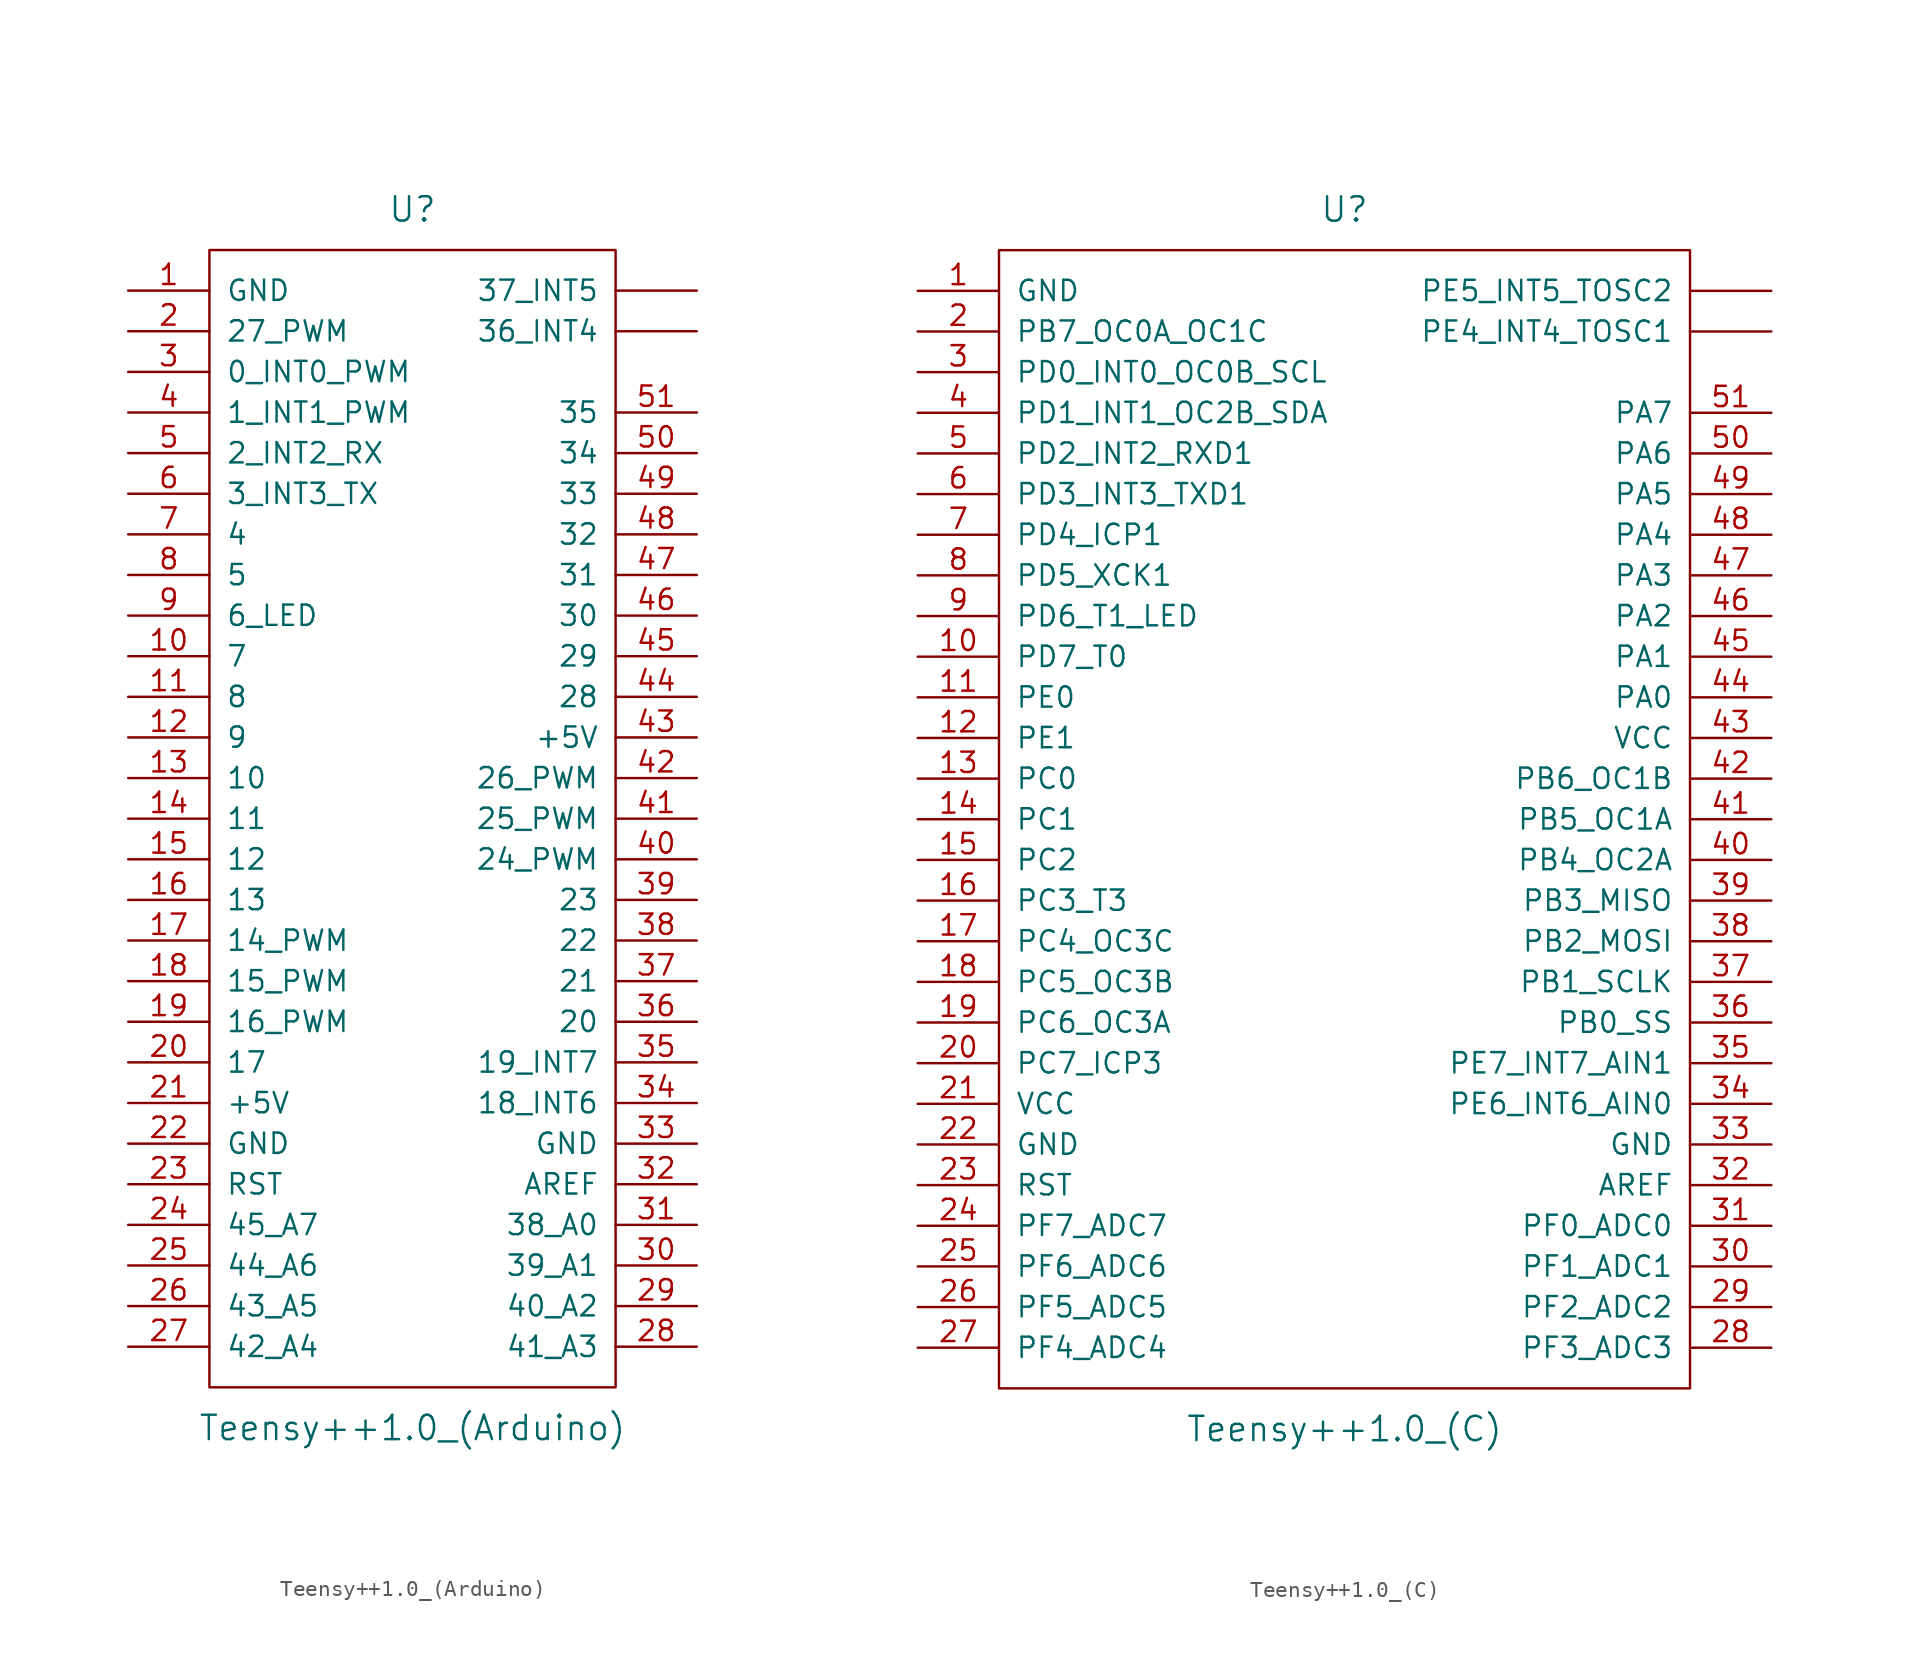
<source format=kicad_sym>
(kicad_symbol_lib
  (version 20201005)
  (generator kicad_symbol_editor)
  (symbol "teensy:Teensy++1.0_(Arduino)"
    (pin_names
      (offset 1.016))
    (property "Reference" "U"
      (at 0 38.1 0)
      (effects (font (size 1.524 1.524))))
    (property "Value" "Teensy++1.0_(Arduino)"
      (at 0 -38.1 0)
      (effects (font (size 1.524 1.524))))
    (property "Footprint" ""
      (at 2.54 -20.32 0)
      (effects (font (size 1.524 1.524))))
    (property "Datasheet" ""
      (at 2.54 -20.32 0)
      (effects (font (size 1.524 1.524))))
    (symbol "Teensy++1.0_(Arduino)_0_1"
      (rectangle (start -12.7 35.56) (end 12.7 -35.56) (stroke (width 0)) (fill (type none))))
    (symbol "Teensy++1.0_(Arduino)_1_1"
      (pin power_in line (at -17.78 33.02 0) (length 5.08) (name "GND" (effects (font (size 1.27 1.27)))) (number "1" (effects (font (size 1.27 1.27)))))
      (pin bidirectional line (at -17.78 10.16 0) (length 5.08) (name "7" (effects (font (size 1.27 1.27)))) (number "10" (effects (font (size 1.27 1.27)))))
      (pin bidirectional line (at -17.78 7.62 0) (length 5.08) (name "8" (effects (font (size 1.27 1.27)))) (number "11" (effects (font (size 1.27 1.27)))))
      (pin bidirectional line (at -17.78 5.08 0) (length 5.08) (name "9" (effects (font (size 1.27 1.27)))) (number "12" (effects (font (size 1.27 1.27)))))
      (pin bidirectional line (at -17.78 2.54 0) (length 5.08) (name "10" (effects (font (size 1.27 1.27)))) (number "13" (effects (font (size 1.27 1.27)))))
      (pin bidirectional line (at -17.78 0 0) (length 5.08) (name "11" (effects (font (size 1.27 1.27)))) (number "14" (effects (font (size 1.27 1.27)))))
      (pin bidirectional line (at -17.78 -2.54 0) (length 5.08) (name "12" (effects (font (size 1.27 1.27)))) (number "15" (effects (font (size 1.27 1.27)))))
      (pin bidirectional line (at -17.78 -5.08 0) (length 5.08) (name "13" (effects (font (size 1.27 1.27)))) (number "16" (effects (font (size 1.27 1.27)))))
      (pin bidirectional line (at -17.78 -7.62 0) (length 5.08) (name "14_PWM" (effects (font (size 1.27 1.27)))) (number "17" (effects (font (size 1.27 1.27)))))
      (pin bidirectional line (at -17.78 -10.16 0) (length 5.08) (name "15_PWM" (effects (font (size 1.27 1.27)))) (number "18" (effects (font (size 1.27 1.27)))))
      (pin bidirectional line (at -17.78 -12.7 0) (length 5.08) (name "16_PWM" (effects (font (size 1.27 1.27)))) (number "19" (effects (font (size 1.27 1.27)))))
      (pin bidirectional line (at -17.78 30.48 0) (length 5.08) (name "27_PWM" (effects (font (size 1.27 1.27)))) (number "2" (effects (font (size 1.27 1.27)))))
      (pin bidirectional line (at -17.78 -15.24 0) (length 5.08) (name "17" (effects (font (size 1.27 1.27)))) (number "20" (effects (font (size 1.27 1.27)))))
      (pin power_in line (at -17.78 -17.78 0) (length 5.08) (name "+5V" (effects (font (size 1.27 1.27)))) (number "21" (effects (font (size 1.27 1.27)))))
      (pin power_in line (at -17.78 -20.32 0) (length 5.08) (name "GND" (effects (font (size 1.27 1.27)))) (number "22" (effects (font (size 1.27 1.27)))))
      (pin input line (at -17.78 -22.86 0) (length 5.08) (name "RST" (effects (font (size 1.27 1.27)))) (number "23" (effects (font (size 1.27 1.27)))))
      (pin bidirectional line (at -17.78 -25.4 0) (length 5.08) (name "45_A7" (effects (font (size 1.27 1.27)))) (number "24" (effects (font (size 1.27 1.27)))))
      (pin bidirectional line (at -17.78 -27.94 0) (length 5.08) (name "44_A6" (effects (font (size 1.27 1.27)))) (number "25" (effects (font (size 1.27 1.27)))))
      (pin bidirectional line (at -17.78 -30.48 0) (length 5.08) (name "43_A5" (effects (font (size 1.27 1.27)))) (number "26" (effects (font (size 1.27 1.27)))))
      (pin bidirectional line (at -17.78 -33.02 0) (length 5.08) (name "42_A4" (effects (font (size 1.27 1.27)))) (number "27" (effects (font (size 1.27 1.27)))))
      (pin bidirectional line (at 17.78 -33.02 180) (length 5.08) (name "41_A3" (effects (font (size 1.27 1.27)))) (number "28" (effects (font (size 1.27 1.27)))))
      (pin bidirectional line (at 17.78 -30.48 180) (length 5.08) (name "40_A2" (effects (font (size 1.27 1.27)))) (number "29" (effects (font (size 1.27 1.27)))))
      (pin bidirectional line (at -17.78 27.94 0) (length 5.08) (name "0_INT0_PWM" (effects (font (size 1.27 1.27)))) (number "3" (effects (font (size 1.27 1.27)))))
      (pin bidirectional line (at 17.78 -27.94 180) (length 5.08) (name "39_A1" (effects (font (size 1.27 1.27)))) (number "30" (effects (font (size 1.27 1.27)))))
      (pin bidirectional line (at 17.78 -25.4 180) (length 5.08) (name "38_A0" (effects (font (size 1.27 1.27)))) (number "31" (effects (font (size 1.27 1.27)))))
      (pin input line (at 17.78 -22.86 180) (length 5.08) (name "AREF" (effects (font (size 1.27 1.27)))) (number "32" (effects (font (size 1.27 1.27)))))
      (pin power_in line (at 17.78 -20.32 180) (length 5.08) (name "GND" (effects (font (size 1.27 1.27)))) (number "33" (effects (font (size 1.27 1.27)))))
      (pin bidirectional line (at 17.78 -17.78 180) (length 5.08) (name "18_INT6" (effects (font (size 1.27 1.27)))) (number "34" (effects (font (size 1.27 1.27)))))
      (pin bidirectional line (at 17.78 -15.24 180) (length 5.08) (name "19_INT7" (effects (font (size 1.27 1.27)))) (number "35" (effects (font (size 1.27 1.27)))))
      (pin bidirectional line (at 17.78 -12.7 180) (length 5.08) (name "20" (effects (font (size 1.27 1.27)))) (number "36" (effects (font (size 1.27 1.27)))))
      (pin bidirectional line (at 17.78 -10.16 180) (length 5.08) (name "21" (effects (font (size 1.27 1.27)))) (number "37" (effects (font (size 1.27 1.27)))))
      (pin bidirectional line (at 17.78 -7.62 180) (length 5.08) (name "22" (effects (font (size 1.27 1.27)))) (number "38" (effects (font (size 1.27 1.27)))))
      (pin bidirectional line (at 17.78 -5.08 180) (length 5.08) (name "23" (effects (font (size 1.27 1.27)))) (number "39" (effects (font (size 1.27 1.27)))))
      (pin bidirectional line (at -17.78 25.4 0) (length 5.08) (name "1_INT1_PWM" (effects (font (size 1.27 1.27)))) (number "4" (effects (font (size 1.27 1.27)))))
      (pin bidirectional line (at 17.78 -2.54 180) (length 5.08) (name "24_PWM" (effects (font (size 1.27 1.27)))) (number "40" (effects (font (size 1.27 1.27)))))
      (pin bidirectional line (at 17.78 0 180) (length 5.08) (name "25_PWM" (effects (font (size 1.27 1.27)))) (number "41" (effects (font (size 1.27 1.27)))))
      (pin bidirectional line (at 17.78 2.54 180) (length 5.08) (name "26_PWM" (effects (font (size 1.27 1.27)))) (number "42" (effects (font (size 1.27 1.27)))))
      (pin power_in line (at 17.78 5.08 180) (length 5.08) (name "+5V" (effects (font (size 1.27 1.27)))) (number "43" (effects (font (size 1.27 1.27)))))
      (pin bidirectional line (at 17.78 7.62 180) (length 5.08) (name "28" (effects (font (size 1.27 1.27)))) (number "44" (effects (font (size 1.27 1.27)))))
      (pin bidirectional line (at 17.78 10.16 180) (length 5.08) (name "29" (effects (font (size 1.27 1.27)))) (number "45" (effects (font (size 1.27 1.27)))))
      (pin bidirectional line (at 17.78 12.7 180) (length 5.08) (name "30" (effects (font (size 1.27 1.27)))) (number "46" (effects (font (size 1.27 1.27)))))
      (pin bidirectional line (at 17.78 15.24 180) (length 5.08) (name "31" (effects (font (size 1.27 1.27)))) (number "47" (effects (font (size 1.27 1.27)))))
      (pin bidirectional line (at 17.78 17.78 180) (length 5.08) (name "32" (effects (font (size 1.27 1.27)))) (number "48" (effects (font (size 1.27 1.27)))))
      (pin bidirectional line (at 17.78 20.32 180) (length 5.08) (name "33" (effects (font (size 1.27 1.27)))) (number "49" (effects (font (size 1.27 1.27)))))
      (pin bidirectional line (at -17.78 22.86 0) (length 5.08) (name "2_INT2_RX" (effects (font (size 1.27 1.27)))) (number "5" (effects (font (size 1.27 1.27)))))
      (pin bidirectional line (at 17.78 22.86 180) (length 5.08) (name "34" (effects (font (size 1.27 1.27)))) (number "50" (effects (font (size 1.27 1.27)))))
      (pin bidirectional line (at 17.78 25.4 180) (length 5.08) (name "35" (effects (font (size 1.27 1.27)))) (number "51" (effects (font (size 1.27 1.27)))))
      (pin bidirectional line (at -17.78 20.32 0) (length 5.08) (name "3_INT3_TX" (effects (font (size 1.27 1.27)))) (number "6" (effects (font (size 1.27 1.27)))))
      (pin bidirectional line (at -17.78 17.78 0) (length 5.08) (name "4" (effects (font (size 1.27 1.27)))) (number "7" (effects (font (size 1.27 1.27)))))
      (pin bidirectional line (at -17.78 15.24 0) (length 5.08) (name "5" (effects (font (size 1.27 1.27)))) (number "8" (effects (font (size 1.27 1.27)))))
      (pin bidirectional line (at -17.78 12.7 0) (length 5.08) (name "6_LED" (effects (font (size 1.27 1.27)))) (number "9" (effects (font (size 1.27 1.27)))))
      (pin bidirectional line (at 17.78 30.48 180) (length 5.08) (name "36_INT4" (effects (font (size 1.27 1.27)))) (number "~" (effects (font (size 1.27 1.27)))))
      (pin bidirectional line (at 17.78 33.02 180) (length 5.08) (name "37_INT5" (effects (font (size 1.27 1.27)))) (number "~" (effects (font (size 1.27 1.27)))))))
  (symbol "teensy:Teensy++1.0_(C)"
    (pin_names
      (offset 1.016))
    (property "Reference" "U"
      (at 0 38.1 0)
      (effects (font (size 1.524 1.524))))
    (property "Value" "Teensy++1.0_(C)"
      (at 0 -38.1 0)
      (effects (font (size 1.524 1.524))))
    (property "Footprint" ""
      (at 2.54 -20.32 0)
      (effects (font (size 1.524 1.524))))
    (property "Datasheet" ""
      (at 2.54 -20.32 0)
      (effects (font (size 1.524 1.524))))
    (symbol "Teensy++1.0_(C)_0_1"
      (rectangle (start -21.59 35.56) (end 21.59 -35.56) (stroke (width 0)) (fill (type none))))
    (symbol "Teensy++1.0_(C)_1_1"
      (pin power_in line (at -26.67 33.02 0) (length 5.08) (name "GND" (effects (font (size 1.27 1.27)))) (number "1" (effects (font (size 1.27 1.27)))))
      (pin bidirectional line (at -26.67 10.16 0) (length 5.08) (name "PD7_T0" (effects (font (size 1.27 1.27)))) (number "10" (effects (font (size 1.27 1.27)))))
      (pin bidirectional line (at -26.67 7.62 0) (length 5.08) (name "PE0" (effects (font (size 1.27 1.27)))) (number "11" (effects (font (size 1.27 1.27)))))
      (pin bidirectional line (at -26.67 5.08 0) (length 5.08) (name "PE1" (effects (font (size 1.27 1.27)))) (number "12" (effects (font (size 1.27 1.27)))))
      (pin bidirectional line (at -26.67 2.54 0) (length 5.08) (name "PC0" (effects (font (size 1.27 1.27)))) (number "13" (effects (font (size 1.27 1.27)))))
      (pin bidirectional line (at -26.67 0 0) (length 5.08) (name "PC1" (effects (font (size 1.27 1.27)))) (number "14" (effects (font (size 1.27 1.27)))))
      (pin bidirectional line (at -26.67 -2.54 0) (length 5.08) (name "PC2" (effects (font (size 1.27 1.27)))) (number "15" (effects (font (size 1.27 1.27)))))
      (pin bidirectional line (at -26.67 -5.08 0) (length 5.08) (name "PC3_T3" (effects (font (size 1.27 1.27)))) (number "16" (effects (font (size 1.27 1.27)))))
      (pin bidirectional line (at -26.67 -7.62 0) (length 5.08) (name "PC4_OC3C" (effects (font (size 1.27 1.27)))) (number "17" (effects (font (size 1.27 1.27)))))
      (pin bidirectional line (at -26.67 -10.16 0) (length 5.08) (name "PC5_OC3B" (effects (font (size 1.27 1.27)))) (number "18" (effects (font (size 1.27 1.27)))))
      (pin bidirectional line (at -26.67 -12.7 0) (length 5.08) (name "PC6_OC3A" (effects (font (size 1.27 1.27)))) (number "19" (effects (font (size 1.27 1.27)))))
      (pin bidirectional line (at -26.67 30.48 0) (length 5.08) (name "PB7_OC0A_OC1C" (effects (font (size 1.27 1.27)))) (number "2" (effects (font (size 1.27 1.27)))))
      (pin bidirectional line (at -26.67 -15.24 0) (length 5.08) (name "PC7_ICP3" (effects (font (size 1.27 1.27)))) (number "20" (effects (font (size 1.27 1.27)))))
      (pin power_in line (at -26.67 -17.78 0) (length 5.08) (name "VCC" (effects (font (size 1.27 1.27)))) (number "21" (effects (font (size 1.27 1.27)))))
      (pin power_in line (at -26.67 -20.32 0) (length 5.08) (name "GND" (effects (font (size 1.27 1.27)))) (number "22" (effects (font (size 1.27 1.27)))))
      (pin input line (at -26.67 -22.86 0) (length 5.08) (name "RST" (effects (font (size 1.27 1.27)))) (number "23" (effects (font (size 1.27 1.27)))))
      (pin bidirectional line (at -26.67 -25.4 0) (length 5.08) (name "PF7_ADC7" (effects (font (size 1.27 1.27)))) (number "24" (effects (font (size 1.27 1.27)))))
      (pin bidirectional line (at -26.67 -27.94 0) (length 5.08) (name "PF6_ADC6" (effects (font (size 1.27 1.27)))) (number "25" (effects (font (size 1.27 1.27)))))
      (pin bidirectional line (at -26.67 -30.48 0) (length 5.08) (name "PF5_ADC5" (effects (font (size 1.27 1.27)))) (number "26" (effects (font (size 1.27 1.27)))))
      (pin bidirectional line (at -26.67 -33.02 0) (length 5.08) (name "PF4_ADC4" (effects (font (size 1.27 1.27)))) (number "27" (effects (font (size 1.27 1.27)))))
      (pin bidirectional line (at 26.67 -33.02 180) (length 5.08) (name "PF3_ADC3" (effects (font (size 1.27 1.27)))) (number "28" (effects (font (size 1.27 1.27)))))
      (pin bidirectional line (at 26.67 -30.48 180) (length 5.08) (name "PF2_ADC2" (effects (font (size 1.27 1.27)))) (number "29" (effects (font (size 1.27 1.27)))))
      (pin bidirectional line (at -26.67 27.94 0) (length 5.08) (name "PD0_INT0_OC0B_SCL" (effects (font (size 1.27 1.27)))) (number "3" (effects (font (size 1.27 1.27)))))
      (pin bidirectional line (at 26.67 -27.94 180) (length 5.08) (name "PF1_ADC1" (effects (font (size 1.27 1.27)))) (number "30" (effects (font (size 1.27 1.27)))))
      (pin bidirectional line (at 26.67 -25.4 180) (length 5.08) (name "PF0_ADC0" (effects (font (size 1.27 1.27)))) (number "31" (effects (font (size 1.27 1.27)))))
      (pin input line (at 26.67 -22.86 180) (length 5.08) (name "AREF" (effects (font (size 1.27 1.27)))) (number "32" (effects (font (size 1.27 1.27)))))
      (pin power_in line (at 26.67 -20.32 180) (length 5.08) (name "GND" (effects (font (size 1.27 1.27)))) (number "33" (effects (font (size 1.27 1.27)))))
      (pin bidirectional line (at 26.67 -17.78 180) (length 5.08) (name "PE6_INT6_AIN0" (effects (font (size 1.27 1.27)))) (number "34" (effects (font (size 1.27 1.27)))))
      (pin bidirectional line (at 26.67 -15.24 180) (length 5.08) (name "PE7_INT7_AIN1" (effects (font (size 1.27 1.27)))) (number "35" (effects (font (size 1.27 1.27)))))
      (pin bidirectional line (at 26.67 -12.7 180) (length 5.08) (name "PB0_SS" (effects (font (size 1.27 1.27)))) (number "36" (effects (font (size 1.27 1.27)))))
      (pin bidirectional line (at 26.67 -10.16 180) (length 5.08) (name "PB1_SCLK" (effects (font (size 1.27 1.27)))) (number "37" (effects (font (size 1.27 1.27)))))
      (pin bidirectional line (at 26.67 -7.62 180) (length 5.08) (name "PB2_MOSI" (effects (font (size 1.27 1.27)))) (number "38" (effects (font (size 1.27 1.27)))))
      (pin bidirectional line (at 26.67 -5.08 180) (length 5.08) (name "PB3_MISO" (effects (font (size 1.27 1.27)))) (number "39" (effects (font (size 1.27 1.27)))))
      (pin bidirectional line (at -26.67 25.4 0) (length 5.08) (name "PD1_INT1_OC2B_SDA" (effects (font (size 1.27 1.27)))) (number "4" (effects (font (size 1.27 1.27)))))
      (pin bidirectional line (at 26.67 -2.54 180) (length 5.08) (name "PB4_OC2A" (effects (font (size 1.27 1.27)))) (number "40" (effects (font (size 1.27 1.27)))))
      (pin bidirectional line (at 26.67 0 180) (length 5.08) (name "PB5_OC1A" (effects (font (size 1.27 1.27)))) (number "41" (effects (font (size 1.27 1.27)))))
      (pin bidirectional line (at 26.67 2.54 180) (length 5.08) (name "PB6_OC1B" (effects (font (size 1.27 1.27)))) (number "42" (effects (font (size 1.27 1.27)))))
      (pin power_in line (at 26.67 5.08 180) (length 5.08) (name "VCC" (effects (font (size 1.27 1.27)))) (number "43" (effects (font (size 1.27 1.27)))))
      (pin bidirectional line (at 26.67 7.62 180) (length 5.08) (name "PA0" (effects (font (size 1.27 1.27)))) (number "44" (effects (font (size 1.27 1.27)))))
      (pin bidirectional line (at 26.67 10.16 180) (length 5.08) (name "PA1" (effects (font (size 1.27 1.27)))) (number "45" (effects (font (size 1.27 1.27)))))
      (pin bidirectional line (at 26.67 12.7 180) (length 5.08) (name "PA2" (effects (font (size 1.27 1.27)))) (number "46" (effects (font (size 1.27 1.27)))))
      (pin bidirectional line (at 26.67 15.24 180) (length 5.08) (name "PA3" (effects (font (size 1.27 1.27)))) (number "47" (effects (font (size 1.27 1.27)))))
      (pin bidirectional line (at 26.67 17.78 180) (length 5.08) (name "PA4" (effects (font (size 1.27 1.27)))) (number "48" (effects (font (size 1.27 1.27)))))
      (pin bidirectional line (at 26.67 20.32 180) (length 5.08) (name "PA5" (effects (font (size 1.27 1.27)))) (number "49" (effects (font (size 1.27 1.27)))))
      (pin bidirectional line (at -26.67 22.86 0) (length 5.08) (name "PD2_INT2_RXD1" (effects (font (size 1.27 1.27)))) (number "5" (effects (font (size 1.27 1.27)))))
      (pin bidirectional line (at 26.67 22.86 180) (length 5.08) (name "PA6" (effects (font (size 1.27 1.27)))) (number "50" (effects (font (size 1.27 1.27)))))
      (pin bidirectional line (at 26.67 25.4 180) (length 5.08) (name "PA7" (effects (font (size 1.27 1.27)))) (number "51" (effects (font (size 1.27 1.27)))))
      (pin bidirectional line (at -26.67 20.32 0) (length 5.08) (name "PD3_INT3_TXD1" (effects (font (size 1.27 1.27)))) (number "6" (effects (font (size 1.27 1.27)))))
      (pin bidirectional line (at -26.67 17.78 0) (length 5.08) (name "PD4_ICP1" (effects (font (size 1.27 1.27)))) (number "7" (effects (font (size 1.27 1.27)))))
      (pin bidirectional line (at -26.67 15.24 0) (length 5.08) (name "PD5_XCK1" (effects (font (size 1.27 1.27)))) (number "8" (effects (font (size 1.27 1.27)))))
      (pin bidirectional line (at -26.67 12.7 0) (length 5.08) (name "PD6_T1_LED" (effects (font (size 1.27 1.27)))) (number "9" (effects (font (size 1.27 1.27)))))
      (pin bidirectional line (at 26.67 30.48 180) (length 5.08) (name "PE4_INT4_TOSC1" (effects (font (size 1.27 1.27)))) (number "~" (effects (font (size 1.27 1.27)))))
      (pin bidirectional line (at 26.67 33.02 180) (length 5.08) (name "PE5_INT5_TOSC2" (effects (font (size 1.27 1.27)))) (number "~" (effects (font (size 1.27 1.27))))))))
</source>
